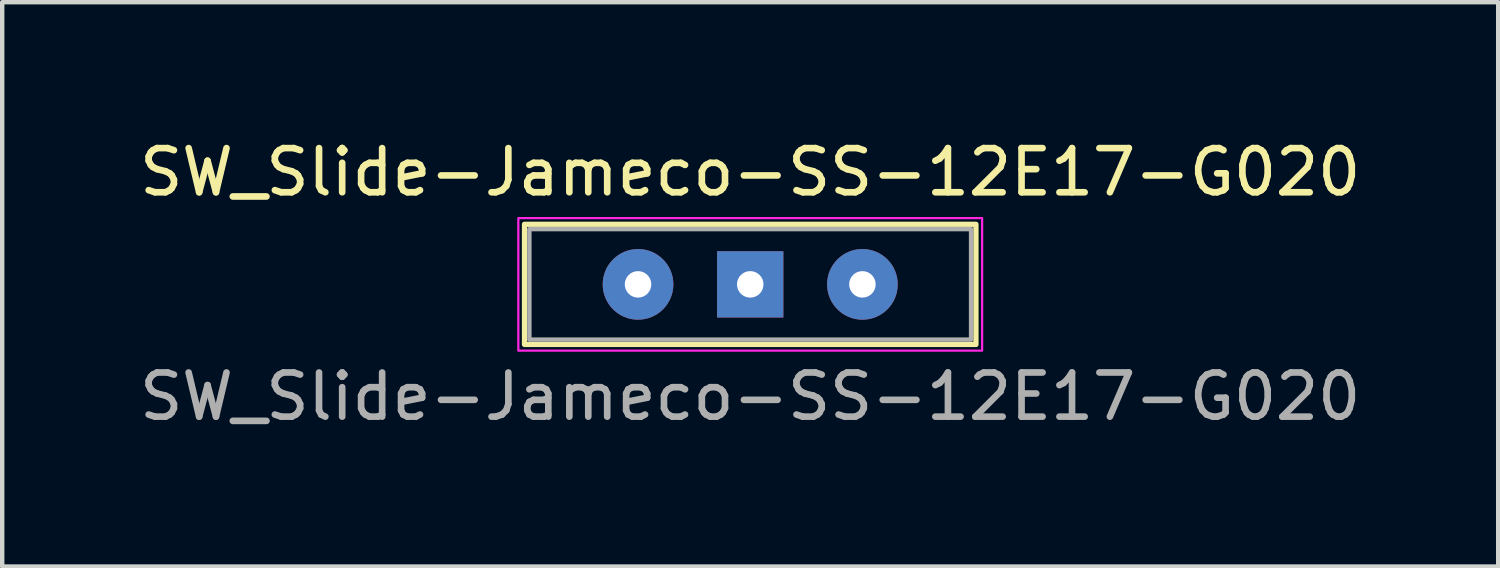
<source format=kicad_pcb>
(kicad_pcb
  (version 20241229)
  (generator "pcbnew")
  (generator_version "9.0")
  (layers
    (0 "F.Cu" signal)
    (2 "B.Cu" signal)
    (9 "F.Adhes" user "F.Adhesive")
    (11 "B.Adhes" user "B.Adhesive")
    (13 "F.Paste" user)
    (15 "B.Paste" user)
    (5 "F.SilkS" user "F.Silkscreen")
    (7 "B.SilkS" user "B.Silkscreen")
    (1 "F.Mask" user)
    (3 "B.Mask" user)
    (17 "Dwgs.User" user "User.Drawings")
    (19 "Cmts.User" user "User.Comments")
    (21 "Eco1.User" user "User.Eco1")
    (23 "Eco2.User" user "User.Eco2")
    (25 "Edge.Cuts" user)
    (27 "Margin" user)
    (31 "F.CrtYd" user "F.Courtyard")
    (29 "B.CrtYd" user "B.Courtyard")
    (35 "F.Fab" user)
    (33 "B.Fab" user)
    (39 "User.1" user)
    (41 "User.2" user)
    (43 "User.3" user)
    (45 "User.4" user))
  (footprint "SW_Slide-Jameco-SS-12E17-G020"
    (layer "F.Cu")
    (at 13.935 3.388)
    (property "Reference" "SW_Slide-Jameco-SS-12E17-G020" (at 0 -2.54 0) (layer "F.SilkS") (effects (font (size 1 1) (thickness 0.15))))
    (attr through_hole)
    (fp_rect (start -5.11 -1.36) (end 5.11 1.36) (stroke (width 0.12) (type default)) (fill no) (layer "F.SilkS"))
    (fp_rect (start -5.25 -1.5) (end 5.25 1.5) (stroke (width 0.05) (type default)) (fill no) (layer "F.CrtYd"))
    (fp_rect (start -5 -1.25) (end 5 1.25) (stroke (width 0.1) (type default)) (fill no) (layer "F.Fab"))
    (fp_text user "${REFERENCE}" (at 0 2.54 0) (layer "F.Fab") (effects (font (size 1 1) (thickness 0.15))))
    (pad "1" thru_hole rect (at 0 0) (size 1.5 1.5) (drill 0.6) (layers "*.Cu" "*.Mask"))
    (pad "2" thru_hole circle (at -2.54 0) (size 1.6 1.6) (drill 0.6) (layers "*.Cu" "*.Mask"))
    (pad "3" thru_hole circle (at 2.54 0) (size 1.6 1.6) (drill 0.6) (layers "*.Cu" "*.Mask")))
  (gr_rect
    (start -3 -3)
    (end 30.869 9.777)
    (stroke (width 0.1) (type default))
    (fill no)
    (layer "Edge.Cuts")))
</source>
